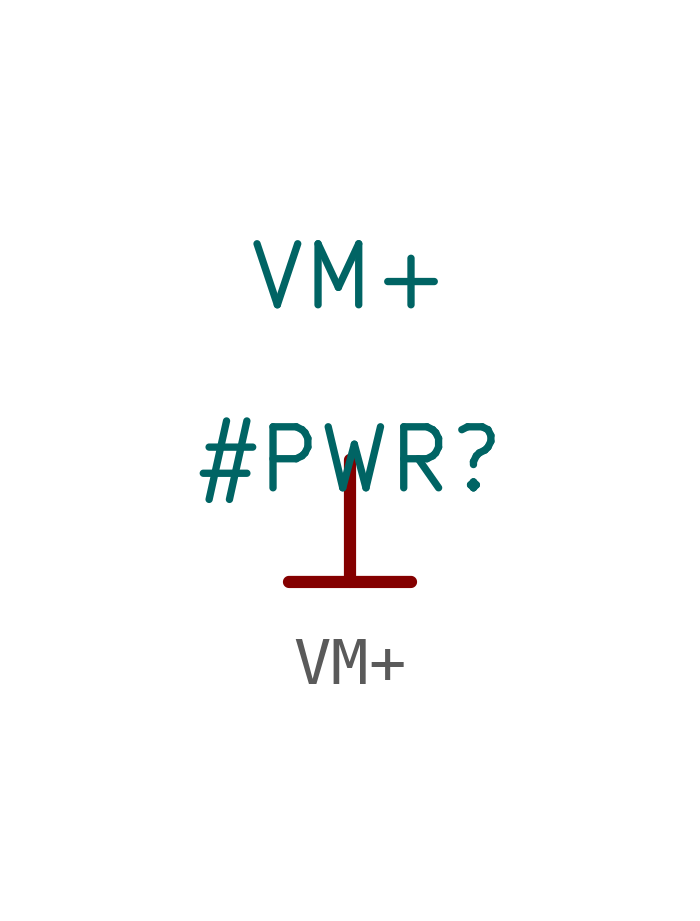
<source format=kicad_sym>
(kicad_symbol_lib
  (version 20211014)
  (generator kicad_symbol_editor)
  (symbol "VM+"
    (power)
    (property "Reference" "#PWR"
      (at 0 0 0)
      (effects (font (size 1.27 1.27))))
    (property "Value" "VM+"
      (at 0 3.81 0)
      (effects (font (size 1.27 1.27))))
    (symbol "VM+_0_0"
      (polyline (pts (xy -1.27 -2.54) (xy 1.27 -2.54)) (stroke (width 0.254) (type default) (color 0 0 0 0)) (fill (type none)))
      (polyline (pts (xy 0 0) (xy 0 -2.54)) (stroke (width 0.254) (type default) (color 0 0 0 0)) (fill (type none)))
      (pin power_in line (at 0 0 0) (length 0) hide (name "VM+" (effects (font (size 1.27 1.27)))) (number "" (effects (font (size 1.27 1.27))))))))
</source>
